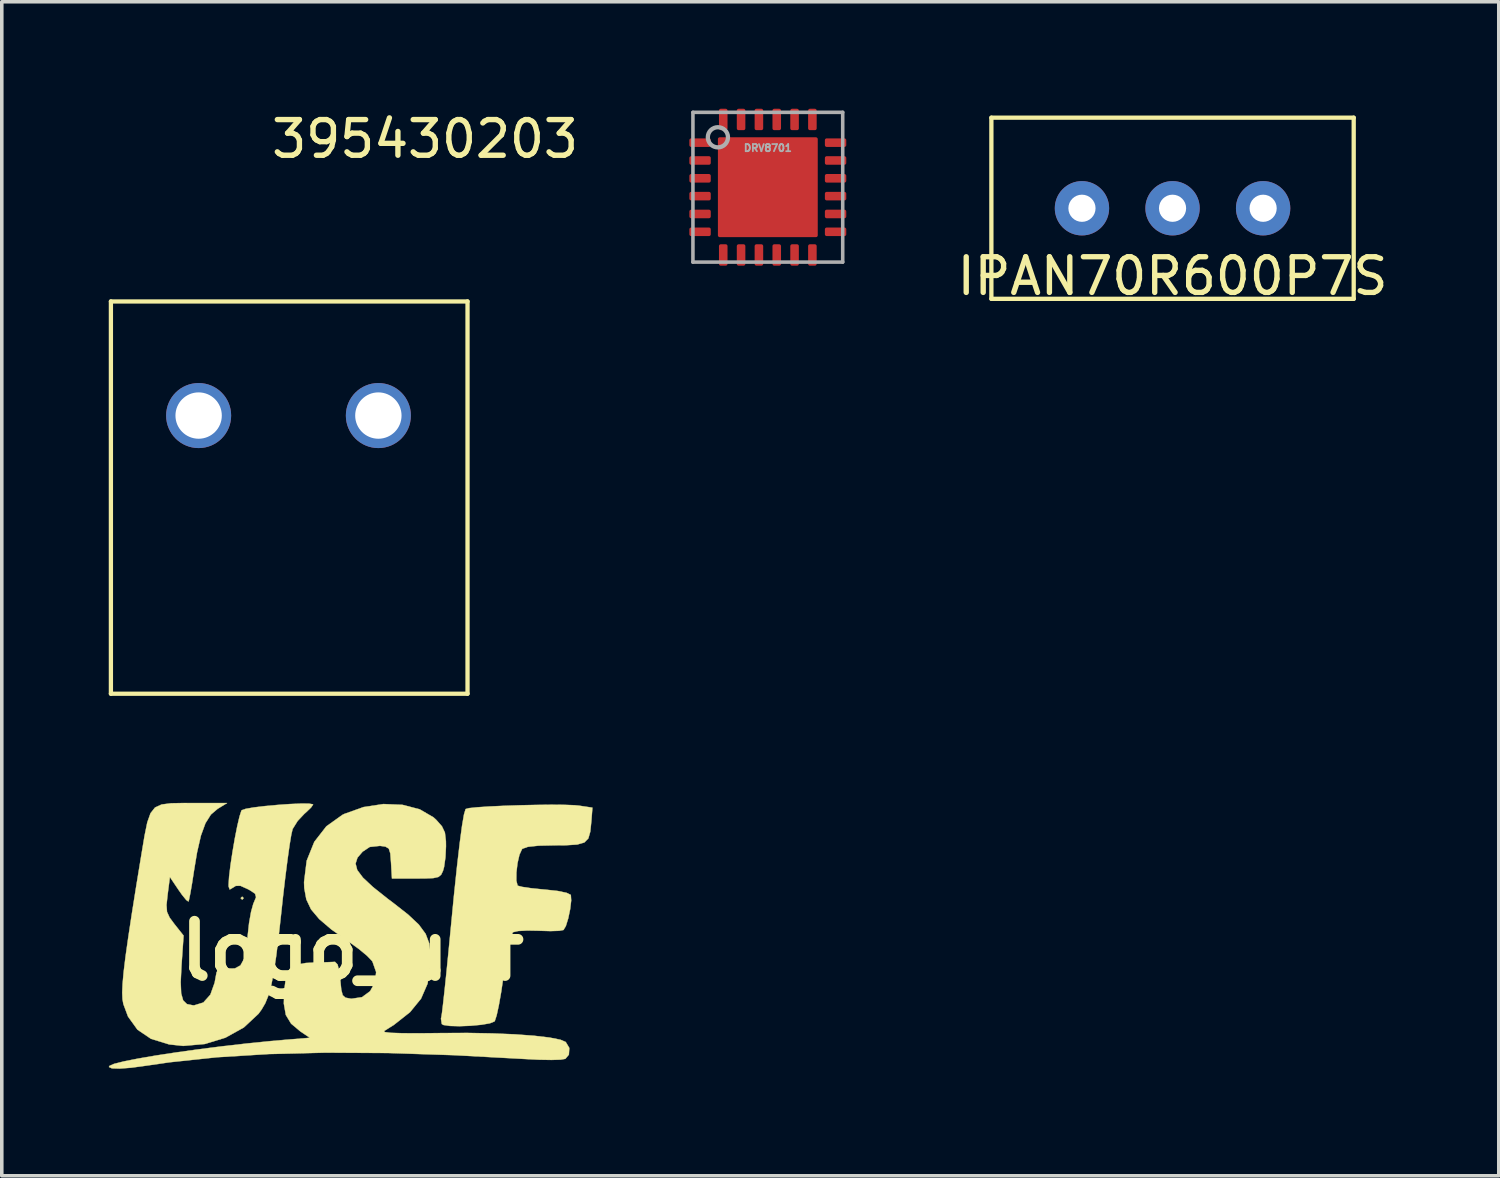
<source format=kicad_pcb>
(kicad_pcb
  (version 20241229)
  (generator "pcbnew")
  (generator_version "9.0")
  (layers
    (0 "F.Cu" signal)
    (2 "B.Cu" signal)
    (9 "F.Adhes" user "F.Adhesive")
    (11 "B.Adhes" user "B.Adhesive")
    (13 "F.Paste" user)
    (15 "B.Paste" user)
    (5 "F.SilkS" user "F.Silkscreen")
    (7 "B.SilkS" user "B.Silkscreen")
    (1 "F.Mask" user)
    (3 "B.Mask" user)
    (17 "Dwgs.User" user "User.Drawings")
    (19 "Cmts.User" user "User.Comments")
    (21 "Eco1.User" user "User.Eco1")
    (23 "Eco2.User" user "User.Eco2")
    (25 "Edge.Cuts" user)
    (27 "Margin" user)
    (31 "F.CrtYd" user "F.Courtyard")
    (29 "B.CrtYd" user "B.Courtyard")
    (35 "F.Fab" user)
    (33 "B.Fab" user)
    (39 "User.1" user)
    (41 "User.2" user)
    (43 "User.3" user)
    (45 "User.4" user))
  (footprint "logo_usf"
    (layer "F.Cu")
    (at 6.831 23.617)
    (property "Reference" "logo_usf" (at 0 0 0) (layer "F.SilkS") (effects (font (size 1.524 1.524) (thickness 0.3))))
    (attr through_hole)
    (fp_poly (pts (xy -3.048 -1.482) (xy -3.09 -1.439) (xy -3.133 -1.482) (xy -3.09 -1.524) (xy -3.048 -1.482)) (stroke (width 0.01) (type solid)) (fill yes) (layer "F.SilkS"))
    (fp_poly (pts (xy 5.951 -4.098) (xy 6.233 -4.087) (xy 6.35 -4.076) (xy 6.731 -4.019) (xy 6.702 -3.64) (xy 6.672 -3.349) (xy 6.617 -3.156) (xy 6.504 -3.042) (xy 6.305 -2.985) (xy 5.989 -2.965) (xy 5.68 -2.963) (xy 5.222 -2.953) (xy 4.922 -2.921) (xy 4.77 -2.867) (xy 4.757 -2.855) (xy 4.686 -2.701) (xy 4.631 -2.463) (xy 4.6 -2.201) (xy 4.598 -1.973) (xy 4.632 -1.839) (xy 4.643 -1.829) (xy 4.765 -1.797) (xy 5.009 -1.761) (xy 5.328 -1.728) (xy 5.41 -1.721) (xy 5.758 -1.683) (xy 6.007 -1.631) (xy 6.123 -1.574) (xy 6.126 -1.569) (xy 6.136 -1.415) (xy 6.108 -1.177) (xy 6.054 -0.918) (xy 5.987 -0.701) (xy 5.921 -0.589) (xy 5.797 -0.566) (xy 5.555 -0.558) (xy 5.246 -0.567) (xy 5.223 -0.568) (xy 4.907 -0.574) (xy 4.65 -0.56) (xy 4.507 -0.527) (xy 4.503 -0.525) (xy 4.445 -0.408) (xy 4.377 -0.143) (xy 4.305 0.251) (xy 4.237 0.715) (xy 4.174 1.146) (xy 4.108 1.519) (xy 4.047 1.801) (xy 3.996 1.959) (xy 3.985 1.976) (xy 3.856 2.028) (xy 3.617 2.069) (xy 3.317 2.097) (xy 3.007 2.109) (xy 2.736 2.102) (xy 2.553 2.075) (xy 2.508 2.048) (xy 2.484 1.897) (xy 2.495 1.849) (xy 2.513 1.738) (xy 2.544 1.48) (xy 2.586 1.101) (xy 2.636 0.622) (xy 2.691 0.068) (xy 2.75 -0.54) (xy 2.751 -0.55) (xy 2.847 -1.543) (xy 2.934 -2.368) (xy 3.01 -3.023) (xy 3.075 -3.51) (xy 3.13 -3.829) (xy 3.175 -3.979) (xy 3.176 -3.98) (xy 3.271 -4.006) (xy 3.503 -4.03) (xy 3.839 -4.052) (xy 4.247 -4.071) (xy 4.695 -4.086) (xy 5.15 -4.096) (xy 5.58 -4.101) (xy 5.951 -4.098)) (stroke (width 0.01) (type solid)) (fill yes) (layer "F.SilkS"))
    (fp_poly (pts (xy -4.507 -4.148) (xy -3.514 -4.148) (xy -3.779 -3.986) (xy -3.967 -3.826) (xy -4.12 -3.583) (xy -4.247 -3.236) (xy -4.356 -2.761) (xy -4.44 -2.256) (xy -4.495 -1.9) (xy -4.545 -1.612) (xy -4.582 -1.43) (xy -4.597 -1.386) (xy -4.659 -1.43) (xy -4.78 -1.579) (xy -4.874 -1.713) (xy -5.117 -2.074) (xy -5.181 -1.576) (xy -5.212 -1.288) (xy -5.198 -1.098) (xy -5.125 -0.937) (xy -4.99 -0.755) (xy -4.733 -0.431) (xy -4.792 0.418) (xy -4.814 0.875) (xy -4.801 1.189) (xy -4.745 1.386) (xy -4.639 1.489) (xy -4.474 1.523) (xy -4.435 1.524) (xy -4.179 1.445) (xy -3.982 1.225) (xy -3.861 0.887) (xy -3.851 0.828) (xy -3.809 0.6) (xy -3.747 0.499) (xy -3.623 0.481) (xy -3.52 0.491) (xy -3.295 0.489) (xy -3.139 0.405) (xy -3.035 0.217) (xy -2.969 -0.1) (xy -2.936 -0.425) (xy -2.897 -0.783) (xy -2.84 -1.102) (xy -2.778 -1.324) (xy -2.766 -1.351) (xy -2.701 -1.509) (xy -2.729 -1.607) (xy -2.878 -1.706) (xy -2.932 -1.735) (xy -3.138 -1.828) (xy -3.27 -1.826) (xy -3.342 -1.78) (xy -3.44 -1.723) (xy -3.47 -1.808) (xy -3.471 -1.858) (xy -3.457 -2.086) (xy -3.418 -2.406) (xy -3.362 -2.774) (xy -3.297 -3.152) (xy -3.229 -3.498) (xy -3.165 -3.77) (xy -3.114 -3.929) (xy -3.101 -3.948) (xy -2.992 -3.986) (xy -2.763 -4.026) (xy -2.455 -4.063) (xy -2.106 -4.095) (xy -1.757 -4.12) (xy -1.448 -4.133) (xy -1.217 -4.132) (xy -1.105 -4.113) (xy -1.101 -4.105) (xy -1.159 -4.022) (xy -1.304 -3.883) (xy -1.344 -3.849) (xy -1.536 -3.644) (xy -1.673 -3.424) (xy -1.678 -3.41) (xy -1.713 -3.261) (xy -1.761 -2.97) (xy -1.818 -2.565) (xy -1.881 -2.071) (xy -1.946 -1.517) (xy -1.983 -1.172) (xy -2.064 -0.437) (xy -2.137 0.15) (xy -2.207 0.612) (xy -2.277 0.971) (xy -2.354 1.248) (xy -2.442 1.465) (xy -2.546 1.643) (xy -2.633 1.762) (xy -3.044 2.145) (xy -3.561 2.432) (xy -4.141 2.609) (xy -4.743 2.662) (xy -5.137 2.62) (xy -5.647 2.463) (xy -6.026 2.207) (xy -6.291 1.839) (xy -6.422 1.488) (xy -6.446 1.353) (xy -6.454 1.167) (xy -6.443 0.916) (xy -6.413 0.584) (xy -6.361 0.157) (xy -6.285 -0.379) (xy -6.185 -1.039) (xy -6.058 -1.838) (xy -5.915 -2.709) (xy -5.828 -3.23) (xy -5.751 -3.607) (xy -5.66 -3.863) (xy -5.534 -4.023) (xy -5.349 -4.108) (xy -5.083 -4.142) (xy -4.714 -4.149) (xy -4.507 -4.148)) (stroke (width 0.01) (type solid)) (fill yes) (layer "F.SilkS"))
    (fp_poly (pts (xy 1.406 -4.098) (xy 1.887 -3.973) (xy 2.274 -3.748) (xy 2.347 -3.682) (xy 2.512 -3.496) (xy 2.595 -3.32) (xy 2.623 -3.082) (xy 2.625 -2.935) (xy 2.61 -2.628) (xy 2.572 -2.357) (xy 2.542 -2.249) (xy 2.491 -2.141) (xy 2.414 -2.076) (xy 2.272 -2.044) (xy 2.026 -2.033) (xy 1.785 -2.032) (xy 1.11 -2.032) (xy 1.084 -2.477) (xy 1.064 -2.736) (xy 1.021 -2.871) (xy 0.927 -2.927) (xy 0.774 -2.948) (xy 0.486 -2.917) (xy 0.287 -2.785) (xy 0.143 -2.617) (xy 0.09 -2.451) (xy 0.137 -2.269) (xy 0.297 -2.056) (xy 0.577 -1.794) (xy 0.989 -1.466) (xy 1.14 -1.353) (xy 1.565 -1.02) (xy 1.863 -0.74) (xy 2.055 -0.479) (xy 2.158 -0.205) (xy 2.194 0.115) (xy 2.187 0.422) (xy 2.109 0.916) (xy 1.925 1.338) (xy 1.617 1.715) (xy 1.166 2.071) (xy 0.891 2.244) (xy 0.907 2.274) (xy 1.077 2.295) (xy 1.404 2.306) (xy 1.894 2.308) (xy 2.47 2.302) (xy 3.219 2.298) (xy 3.92 2.311) (xy 4.553 2.337) (xy 5.097 2.377) (xy 5.531 2.428) (xy 5.836 2.489) (xy 5.983 2.552) (xy 6.083 2.719) (xy 6.071 2.908) (xy 5.973 3.024) (xy 5.842 3.047) (xy 5.582 3.055) (xy 5.233 3.049) (xy 4.893 3.032) (xy 2.86 2.922) (xy 0.982 2.861) (xy -0.749 2.851) (xy -2.338 2.89) (xy -3.793 2.98) (xy -5.122 3.121) (xy -5.8 3.219) (xy -6.206 3.274) (xy -6.528 3.298) (xy -6.743 3.291) (xy -6.826 3.253) (xy -6.811 3.222) (xy -6.682 3.165) (xy -6.407 3.096) (xy -6.008 3.017) (xy -5.508 2.931) (xy -4.93 2.843) (xy -4.296 2.755) (xy -3.629 2.67) (xy -2.951 2.593) (xy -2.285 2.526) (xy -1.887 2.491) (xy -1.192 2.434) (xy -1.463 2.252) (xy -1.718 2.038) (xy -1.866 1.794) (xy -1.922 1.474) (xy -1.911 1.101) (xy -1.863 0.739) (xy -1.768 0.512) (xy -1.592 0.389) (xy -1.302 0.336) (xy -1.084 0.326) (xy -0.798 0.318) (xy -0.575 0.309) (xy -0.487 0.305) (xy -0.413 0.381) (xy -0.358 0.621) (xy -0.339 0.804) (xy -0.311 1.086) (xy -0.271 1.24) (xy -0.195 1.309) (xy -0.057 1.335) (xy -0.023 1.339) (xy 0.27 1.295) (xy 0.497 1.128) (xy 0.636 0.879) (xy 0.666 0.59) (xy 0.564 0.3) (xy 0.545 0.273) (xy 0.41 0.133) (xy 0.18 -0.057) (xy -0.097 -0.257) (xy -0.111 -0.266) (xy -0.588 -0.603) (xy -0.931 -0.896) (xy -1.16 -1.169) (xy -1.292 -1.449) (xy -1.349 -1.763) (xy -1.355 -1.932) (xy -1.281 -2.531) (xy -1.068 -3.06) (xy -0.729 -3.496) (xy -0.276 -3.819) (xy -0.224 -3.844) (xy 0.314 -4.036) (xy 0.87 -4.12) (xy 1.406 -4.098)) (stroke (width 0.01) (type solid)) (fill yes) (layer "F.SilkS")))
  (footprint "395430203"
    (layer "F.Cu")
    (at 5.06 8.603)
    (property "Reference" "395430203" (at 3.81 -7.755 0) (layer "F.SilkS") (effects (font (size 1 1) (thickness 0.15))))
    (attr through_hole)
    (fp_line (start -5 -3.2) (end -5 7.8) (stroke (width 0.12) (type solid)) (layer "F.SilkS"))
    (fp_line (start -5 -3.2) (end 5 -3.2) (stroke (width 0.12) (type solid)) (layer "F.SilkS"))
    (fp_line (start -5 7.8) (end 5 7.8) (stroke (width 0.12) (type solid)) (layer "F.SilkS"))
    (fp_line (start 5 -3.2) (end 5 7.8) (stroke (width 0.12) (type solid)) (layer "F.SilkS"))
    (pad "1" thru_hole circle (at -2.54 0) (size 1.824 1.824) (drill 1.3) (layers "*.Cu" "*.Mask"))
    (pad "2" thru_hole circle (at 2.5 0) (size 1.824 1.824) (drill 1.3) (layers "*.Cu" "*.Mask")))
  (footprint "IPAN70R600P7S"
    (layer "F.Cu")
    (at 29.83 0.25)
    (property "Reference" "IPAN70R600P7S" (at 0 4.445 0) (layer "F.SilkS") (effects (font (size 1 1) (thickness 0.15))))
    (attr through_hole)
    (fp_line (start -5.08 0) (end 5.08 0) (stroke (width 0.12) (type solid)) (layer "F.SilkS"))
    (fp_line (start -5.08 5.08) (end -5.08 0) (stroke (width 0.12) (type solid)) (layer "F.SilkS"))
    (fp_line (start 5.08 0) (end 5.08 5.08) (stroke (width 0.12) (type solid)) (layer "F.SilkS"))
    (fp_line (start 5.08 5.08) (end -5.08 5.08) (stroke (width 0.12) (type solid)) (layer "F.SilkS"))
    (pad "1" thru_hole circle (at -2.54 2.54) (size 1.524 1.524) (drill 0.762) (layers "*.Cu" "*.Mask"))
    (pad "2" thru_hole circle (at 0 2.54) (size 1.524 1.524) (drill 0.762) (layers "*.Cu" "*.Mask"))
    (pad "3" thru_hole circle (at 2.54 2.54) (size 1.524 1.524) (drill 0.762) (layers "*.Cu" "*.Mask")))
  (footprint "DRV8701"
    (layer "F.Cu")
    (at 18.481 2.2)
    (property "Reference" "DRV8701" (at 0 -1.1 0) (layer "F.Fab") (effects (font (size 0.2 0.2) (thickness 0.05))))
    (attr through_hole)
    (fp_line (start -2.1 -2.1) (end 2.1 -2.1) (stroke (width 0.1) (type solid)) (layer "F.Fab"))
    (fp_line (start -2.1 2.1) (end -2.1 -2.1) (stroke (width 0.1) (type solid)) (layer "F.Fab"))
    (fp_line (start 2.1 -2.1) (end 2.1 2.1) (stroke (width 0.1) (type solid)) (layer "F.Fab"))
    (fp_line (start 2.1 2.1) (end -2.1 2.1) (stroke (width 0.1) (type solid)) (layer "F.Fab"))
    (fp_circle (center -1.4 -1.4) (end -1.6 -1.6) (stroke (width 0.12) (type solid)) (fill no) (layer "F.Fab"))
    (pad "1" smd roundrect (at -1.9 -1.25) (size 0.6 0.24) (layers "F.Cu" "F.Mask" "F.Paste") (roundrect_rratio 0.208))
    (pad "2" smd roundrect (at -1.9 -0.75) (size 0.6 0.24) (layers "F.Cu" "F.Mask" "F.Paste") (roundrect_rratio 0.208))
    (pad "3" smd roundrect (at -1.9 -0.25) (size 0.6 0.24) (layers "F.Cu" "F.Mask" "F.Paste") (roundrect_rratio 0.208))
    (pad "4" smd roundrect (at -1.9 0.25) (size 0.6 0.24) (layers "F.Cu" "F.Mask" "F.Paste") (roundrect_rratio 0.208))
    (pad "5" smd roundrect (at -1.9 0.75) (size 0.6 0.24) (layers "F.Cu" "F.Mask" "F.Paste") (roundrect_rratio 0.208))
    (pad "6" smd roundrect (at -1.9 1.25) (size 0.6 0.24) (layers "F.Cu" "F.Mask" "F.Paste") (roundrect_rratio 0.208))
    (pad "7" smd roundrect (at -1.25 1.9 90) (size 0.6 0.24) (layers "F.Cu" "F.Mask" "F.Paste") (roundrect_rratio 0.208))
    (pad "8" smd roundrect (at -0.75 1.9 90) (size 0.6 0.24) (layers "F.Cu" "F.Mask" "F.Paste") (roundrect_rratio 0.208))
    (pad "9" smd roundrect (at -0.25 1.9 90) (size 0.6 0.24) (layers "F.Cu" "F.Mask" "F.Paste") (roundrect_rratio 0.208))
    (pad "10" smd roundrect (at 0.25 1.9 90) (size 0.6 0.24) (layers "F.Cu" "F.Mask" "F.Paste") (roundrect_rratio 0.208))
    (pad "11" smd roundrect (at 0.75 1.9 90) (size 0.6 0.24) (layers "F.Cu" "F.Mask" "F.Paste") (roundrect_rratio 0.208))
    (pad "12" smd roundrect (at 1.25 1.9 90) (size 0.6 0.24) (layers "F.Cu" "F.Mask" "F.Paste") (roundrect_rratio 0.208))
    (pad "13" smd roundrect (at 1.9 1.25 180) (size 0.6 0.24) (layers "F.Cu" "F.Mask" "F.Paste") (roundrect_rratio 0.208))
    (pad "14" smd roundrect (at 1.9 0.75 180) (size 0.6 0.24) (layers "F.Cu" "F.Mask" "F.Paste") (roundrect_rratio 0.208))
    (pad "15" smd roundrect (at 1.9 0.25 180) (size 0.6 0.24) (layers "F.Cu" "F.Mask" "F.Paste") (roundrect_rratio 0.208))
    (pad "16" smd roundrect (at 1.9 -0.25 180) (size 0.6 0.24) (layers "F.Cu" "F.Mask" "F.Paste") (roundrect_rratio 0.208))
    (pad "17" smd roundrect (at 1.9 -0.75 180) (size 0.6 0.24) (layers "F.Cu" "F.Mask" "F.Paste") (roundrect_rratio 0.208))
    (pad "18" smd roundrect (at 1.9 -1.25 180) (size 0.6 0.24) (layers "F.Cu" "F.Mask" "F.Paste") (roundrect_rratio 0.208))
    (pad "19" smd roundrect (at 1.25 -1.9 270) (size 0.6 0.24) (layers "F.Cu" "F.Mask" "F.Paste") (roundrect_rratio 0.208))
    (pad "20" smd roundrect (at 0.75 -1.9 270) (size 0.6 0.24) (layers "F.Cu" "F.Mask" "F.Paste") (roundrect_rratio 0.208))
    (pad "21" smd roundrect (at 0.25 -1.9 270) (size 0.6 0.24) (layers "F.Cu" "F.Mask" "F.Paste") (roundrect_rratio 0.208))
    (pad "22" smd roundrect (at -0.25 -1.9 270) (size 0.6 0.24) (layers "F.Cu" "F.Mask" "F.Paste") (roundrect_rratio 0.208))
    (pad "23" smd roundrect (at -0.75 -1.9 270) (size 0.6 0.24) (layers "F.Cu" "F.Mask" "F.Paste") (roundrect_rratio 0.208))
    (pad "24" smd roundrect (at -1.25 -1.9 270) (size 0.6 0.24) (layers "F.Cu" "F.Mask" "F.Paste") (roundrect_rratio 0.208))
    (pad "25" smd roundrect (at 0 0) (size 2.8 2.8) (layers "F.Cu" "F.Mask" "F.Paste") (roundrect_rratio 0.018)))
  (gr_rect
    (start -3 -3)
    (end 38.978 29.92)
    (stroke (width 0.1) (type default))
    (fill no)
    (layer "Edge.Cuts")))
</source>
